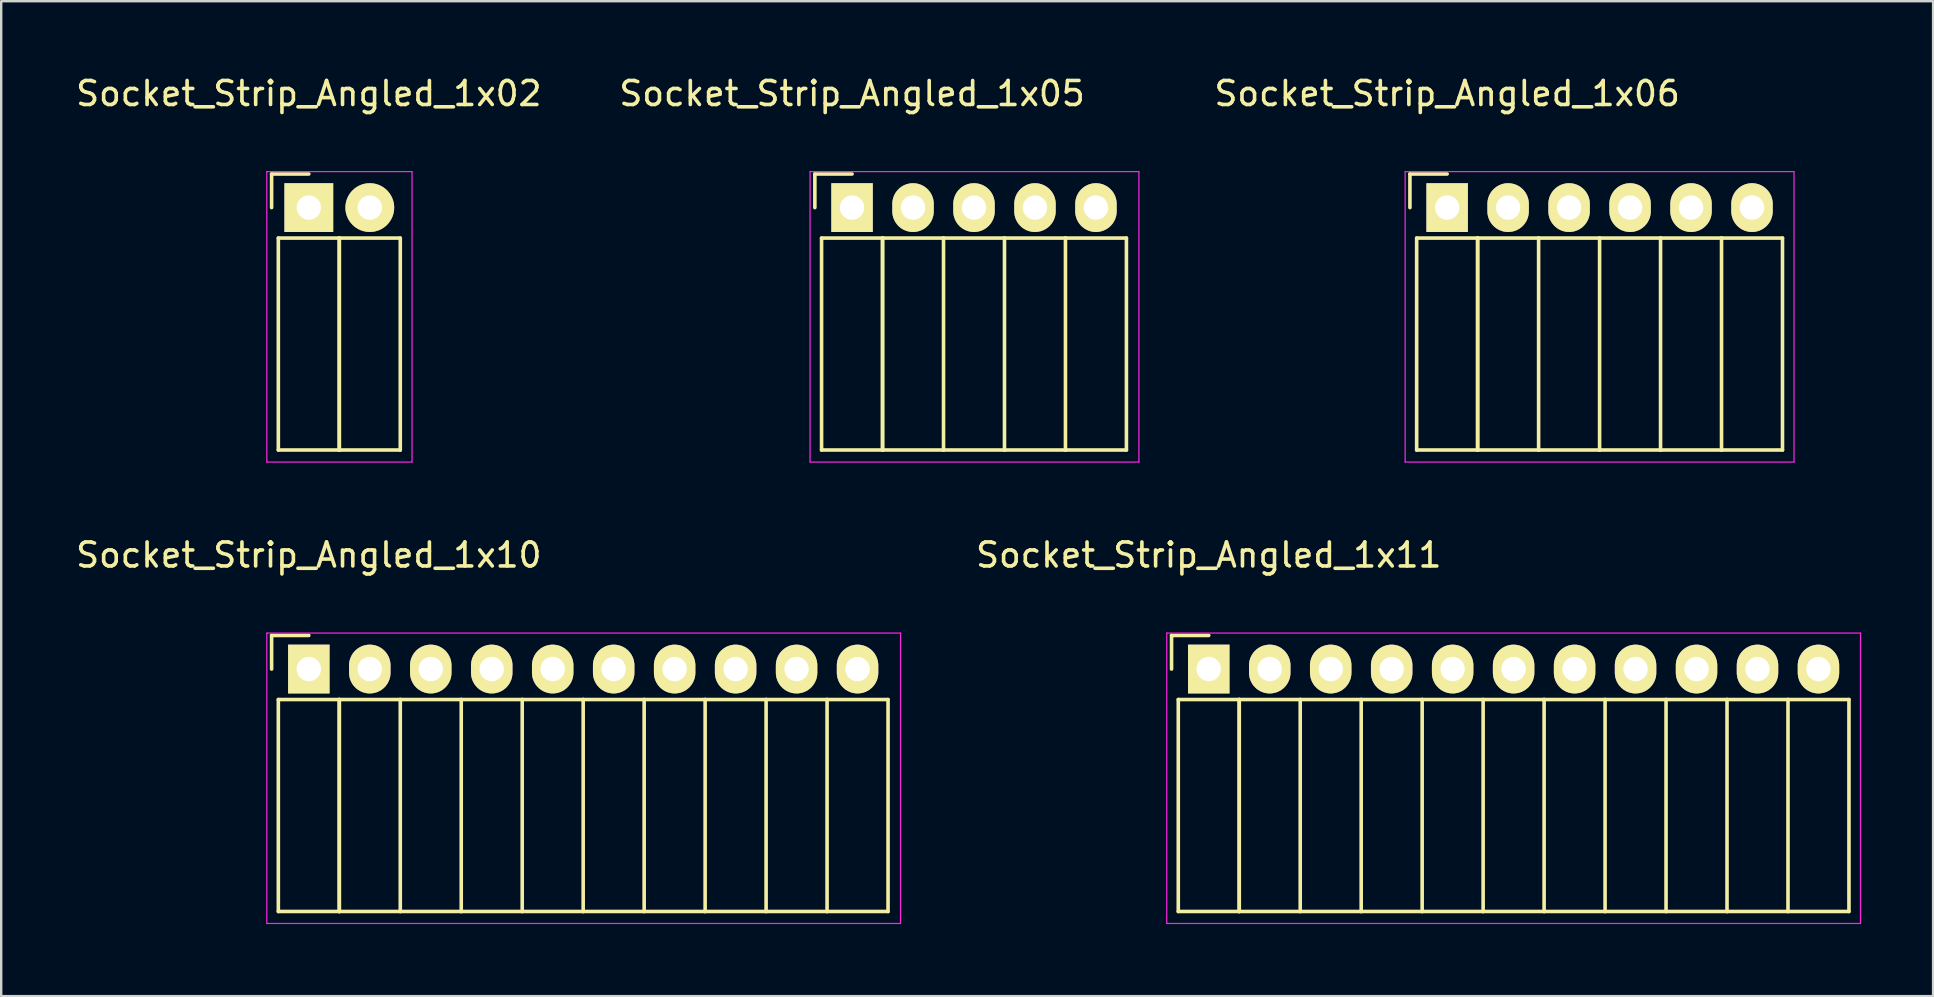
<source format=kicad_pcb>
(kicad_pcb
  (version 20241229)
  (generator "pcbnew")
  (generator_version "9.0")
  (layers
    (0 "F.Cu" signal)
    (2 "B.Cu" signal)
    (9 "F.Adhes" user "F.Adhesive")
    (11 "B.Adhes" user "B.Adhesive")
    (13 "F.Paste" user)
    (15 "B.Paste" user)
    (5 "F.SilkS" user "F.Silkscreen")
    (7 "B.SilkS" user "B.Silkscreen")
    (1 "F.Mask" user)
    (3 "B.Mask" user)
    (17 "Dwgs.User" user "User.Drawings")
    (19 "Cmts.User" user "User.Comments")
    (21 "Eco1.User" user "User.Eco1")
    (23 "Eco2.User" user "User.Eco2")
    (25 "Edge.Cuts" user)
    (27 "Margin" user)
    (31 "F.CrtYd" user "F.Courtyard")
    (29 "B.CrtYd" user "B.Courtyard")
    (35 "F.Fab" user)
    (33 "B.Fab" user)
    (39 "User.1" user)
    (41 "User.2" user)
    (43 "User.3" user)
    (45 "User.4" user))
  (footprint "Socket_Strip_Angled_1x11"
    (layer "F.Cu")
    (at 47.306 24.822)
    (property "Reference" "Socket_Strip_Angled_1x11" (at 0 -4.75 0) (layer "F.SilkS") (effects (font (size 1 1) (thickness 0.15))))
    (attr through_hole)
    (fp_line (start -1.55 -1.4) (end -1.55 0) (stroke (width 0.15) (type solid)) (layer "F.SilkS"))
    (fp_line (start -1.27 1.27) (end -1.27 10.1) (stroke (width 0.15) (type solid)) (layer "F.SilkS"))
    (fp_line (start -1.27 1.27) (end 1.27 1.27) (stroke (width 0.15) (type solid)) (layer "F.SilkS"))
    (fp_line (start -1.27 10.1) (end 1.27 10.1) (stroke (width 0.15) (type solid)) (layer "F.SilkS"))
    (fp_line (start 0 -1.4) (end -1.55 -1.4) (stroke (width 0.15) (type solid)) (layer "F.SilkS"))
    (fp_line (start 1.27 1.27) (end 1.27 10.1) (stroke (width 0.15) (type solid)) (layer "F.SilkS"))
    (fp_line (start 1.27 1.27) (end 3.81 1.27) (stroke (width 0.15) (type solid)) (layer "F.SilkS"))
    (fp_line (start 1.27 10.1) (end 1.27 1.27) (stroke (width 0.15) (type solid)) (layer "F.SilkS"))
    (fp_line (start 1.27 10.1) (end 3.81 10.1) (stroke (width 0.15) (type solid)) (layer "F.SilkS"))
    (fp_line (start 3.81 1.27) (end 6.35 1.27) (stroke (width 0.15) (type solid)) (layer "F.SilkS"))
    (fp_line (start 3.81 10.1) (end 3.81 1.27) (stroke (width 0.15) (type solid)) (layer "F.SilkS"))
    (fp_line (start 3.81 10.1) (end 6.35 10.1) (stroke (width 0.15) (type solid)) (layer "F.SilkS"))
    (fp_line (start 6.35 1.27) (end 8.89 1.27) (stroke (width 0.15) (type solid)) (layer "F.SilkS"))
    (fp_line (start 6.35 10.1) (end 6.35 1.27) (stroke (width 0.15) (type solid)) (layer "F.SilkS"))
    (fp_line (start 6.35 10.1) (end 8.89 10.1) (stroke (width 0.15) (type solid)) (layer "F.SilkS"))
    (fp_line (start 8.89 1.27) (end 11.43 1.27) (stroke (width 0.15) (type solid)) (layer "F.SilkS"))
    (fp_line (start 8.89 10.1) (end 8.89 1.27) (stroke (width 0.15) (type solid)) (layer "F.SilkS"))
    (fp_line (start 8.89 10.1) (end 11.43 10.1) (stroke (width 0.15) (type solid)) (layer "F.SilkS"))
    (fp_line (start 11.43 1.27) (end 13.97 1.27) (stroke (width 0.15) (type solid)) (layer "F.SilkS"))
    (fp_line (start 11.43 10.1) (end 11.43 1.27) (stroke (width 0.15) (type solid)) (layer "F.SilkS"))
    (fp_line (start 11.43 10.1) (end 13.97 10.1) (stroke (width 0.15) (type solid)) (layer "F.SilkS"))
    (fp_line (start 13.97 1.27) (end 16.51 1.27) (stroke (width 0.15) (type solid)) (layer "F.SilkS"))
    (fp_line (start 13.97 10.1) (end 13.97 1.27) (stroke (width 0.15) (type solid)) (layer "F.SilkS"))
    (fp_line (start 13.97 10.1) (end 16.51 10.1) (stroke (width 0.15) (type solid)) (layer "F.SilkS"))
    (fp_line (start 16.51 1.27) (end 19.05 1.27) (stroke (width 0.15) (type solid)) (layer "F.SilkS"))
    (fp_line (start 16.51 10.1) (end 16.51 1.27) (stroke (width 0.15) (type solid)) (layer "F.SilkS"))
    (fp_line (start 16.51 10.1) (end 19.05 10.1) (stroke (width 0.15) (type solid)) (layer "F.SilkS"))
    (fp_line (start 19.05 1.27) (end 21.59 1.27) (stroke (width 0.15) (type solid)) (layer "F.SilkS"))
    (fp_line (start 19.05 10.1) (end 19.05 1.27) (stroke (width 0.15) (type solid)) (layer "F.SilkS"))
    (fp_line (start 19.05 10.1) (end 21.59 10.1) (stroke (width 0.15) (type solid)) (layer "F.SilkS"))
    (fp_line (start 21.59 1.27) (end 24.13 1.27) (stroke (width 0.15) (type solid)) (layer "F.SilkS"))
    (fp_line (start 21.59 10.1) (end 21.59 1.27) (stroke (width 0.15) (type solid)) (layer "F.SilkS"))
    (fp_line (start 21.59 10.1) (end 24.13 10.1) (stroke (width 0.15) (type solid)) (layer "F.SilkS"))
    (fp_line (start 24.13 1.27) (end 26.67 1.27) (stroke (width 0.15) (type solid)) (layer "F.SilkS"))
    (fp_line (start 24.13 10.1) (end 24.13 1.27) (stroke (width 0.15) (type solid)) (layer "F.SilkS"))
    (fp_line (start 24.13 10.1) (end 26.67 10.1) (stroke (width 0.15) (type solid)) (layer "F.SilkS"))
    (fp_line (start 26.67 10.1) (end 26.67 1.27) (stroke (width 0.15) (type solid)) (layer "F.SilkS"))
    (fp_line (start -1.75 -1.5) (end -1.75 10.6) (stroke (width 0.05) (type solid)) (layer "F.CrtYd"))
    (fp_line (start -1.75 -1.5) (end 27.15 -1.5) (stroke (width 0.05) (type solid)) (layer "F.CrtYd"))
    (fp_line (start -1.75 10.6) (end 27.15 10.6) (stroke (width 0.05) (type solid)) (layer "F.CrtYd"))
    (fp_line (start 27.15 -1.5) (end 27.15 10.6) (stroke (width 0.05) (type solid)) (layer "F.CrtYd"))
    (pad "1" thru_hole rect (at 0 0) (size 1.727 2.032) (drill 1.016) (layers "*.Cu" "*.Mask" "F.SilkS"))
    (pad "2" thru_hole oval (at 2.54 0) (size 1.727 2.032) (drill 1.016) (layers "*.Cu" "*.Mask" "F.SilkS"))
    (pad "3" thru_hole oval (at 5.08 0) (size 1.727 2.032) (drill 1.016) (layers "*.Cu" "*.Mask" "F.SilkS"))
    (pad "4" thru_hole oval (at 7.62 0) (size 1.727 2.032) (drill 1.016) (layers "*.Cu" "*.Mask" "F.SilkS"))
    (pad "5" thru_hole oval (at 10.16 0) (size 1.727 2.032) (drill 1.016) (layers "*.Cu" "*.Mask" "F.SilkS"))
    (pad "6" thru_hole oval (at 12.7 0) (size 1.727 2.032) (drill 1.016) (layers "*.Cu" "*.Mask" "F.SilkS"))
    (pad "7" thru_hole oval (at 15.24 0) (size 1.727 2.032) (drill 1.016) (layers "*.Cu" "*.Mask" "F.SilkS"))
    (pad "8" thru_hole oval (at 17.78 0) (size 1.727 2.032) (drill 1.016) (layers "*.Cu" "*.Mask" "F.SilkS"))
    (pad "9" thru_hole oval (at 20.32 0) (size 1.727 2.032) (drill 1.016) (layers "*.Cu" "*.Mask" "F.SilkS"))
    (pad "10" thru_hole oval (at 22.86 0) (size 1.727 2.032) (drill 1.016) (layers "*.Cu" "*.Mask" "F.SilkS"))
    (pad "11" thru_hole oval (at 25.4 0) (size 1.727 2.032) (drill 1.016) (layers "*.Cu" "*.Mask" "F.SilkS")))
  (footprint "Socket_Strip_Angled_1x02"
    (layer "F.Cu")
    (at 9.815 5.598)
    (property "Reference" "Socket_Strip_Angled_1x02" (at 0 -4.75 0) (layer "F.SilkS") (effects (font (size 1 1) (thickness 0.15))))
    (attr through_hole)
    (fp_line (start -1.55 -1.4) (end -1.55 0) (stroke (width 0.15) (type solid)) (layer "F.SilkS"))
    (fp_line (start -1.27 1.27) (end -1.27 10.1) (stroke (width 0.15) (type solid)) (layer "F.SilkS"))
    (fp_line (start -1.27 1.27) (end 1.27 1.27) (stroke (width 0.15) (type solid)) (layer "F.SilkS"))
    (fp_line (start -1.27 10.1) (end 1.27 10.1) (stroke (width 0.15) (type solid)) (layer "F.SilkS"))
    (fp_line (start 0 -1.4) (end -1.55 -1.4) (stroke (width 0.15) (type solid)) (layer "F.SilkS"))
    (fp_line (start 1.27 1.27) (end 1.27 10.1) (stroke (width 0.15) (type solid)) (layer "F.SilkS"))
    (fp_line (start 1.27 1.27) (end 3.81 1.27) (stroke (width 0.15) (type solid)) (layer "F.SilkS"))
    (fp_line (start 1.27 10.1) (end 1.27 1.27) (stroke (width 0.15) (type solid)) (layer "F.SilkS"))
    (fp_line (start 1.27 10.1) (end 3.81 10.1) (stroke (width 0.15) (type solid)) (layer "F.SilkS"))
    (fp_line (start 3.81 10.1) (end 3.81 1.27) (stroke (width 0.15) (type solid)) (layer "F.SilkS"))
    (fp_line (start -1.75 -1.5) (end -1.75 10.6) (stroke (width 0.05) (type solid)) (layer "F.CrtYd"))
    (fp_line (start -1.75 -1.5) (end 4.3 -1.5) (stroke (width 0.05) (type solid)) (layer "F.CrtYd"))
    (fp_line (start -1.75 10.6) (end 4.3 10.6) (stroke (width 0.05) (type solid)) (layer "F.CrtYd"))
    (fp_line (start 4.3 -1.5) (end 4.3 10.6) (stroke (width 0.05) (type solid)) (layer "F.CrtYd"))
    (pad "1" thru_hole rect (at 0 0) (size 2.032 2.032) (drill 1.016) (layers "*.Cu" "*.Mask" "F.SilkS"))
    (pad "2" thru_hole oval (at 2.54 0) (size 2.032 2.032) (drill 1.016) (layers "*.Cu" "*.Mask" "F.SilkS")))
  (footprint "Socket_Strip_Angled_1x06"
    (layer "F.Cu")
    (at 57.237 5.598)
    (property "Reference" "Socket_Strip_Angled_1x06" (at 0 -4.75 0) (layer "F.SilkS") (effects (font (size 1 1) (thickness 0.15))))
    (attr through_hole)
    (fp_line (start -1.55 -1.4) (end -1.55 0) (stroke (width 0.15) (type solid)) (layer "F.SilkS"))
    (fp_line (start -1.27 1.27) (end -1.27 10.1) (stroke (width 0.15) (type solid)) (layer "F.SilkS"))
    (fp_line (start -1.27 1.27) (end 1.27 1.27) (stroke (width 0.15) (type solid)) (layer "F.SilkS"))
    (fp_line (start -1.27 10.1) (end 1.27 10.1) (stroke (width 0.15) (type solid)) (layer "F.SilkS"))
    (fp_line (start 0 -1.4) (end -1.55 -1.4) (stroke (width 0.15) (type solid)) (layer "F.SilkS"))
    (fp_line (start 1.27 1.27) (end 1.27 10.1) (stroke (width 0.15) (type solid)) (layer "F.SilkS"))
    (fp_line (start 1.27 1.27) (end 3.81 1.27) (stroke (width 0.15) (type solid)) (layer "F.SilkS"))
    (fp_line (start 1.27 10.1) (end 1.27 1.27) (stroke (width 0.15) (type solid)) (layer "F.SilkS"))
    (fp_line (start 1.27 10.1) (end 3.81 10.1) (stroke (width 0.15) (type solid)) (layer "F.SilkS"))
    (fp_line (start 3.81 1.27) (end 6.35 1.27) (stroke (width 0.15) (type solid)) (layer "F.SilkS"))
    (fp_line (start 3.81 10.1) (end 3.81 1.27) (stroke (width 0.15) (type solid)) (layer "F.SilkS"))
    (fp_line (start 3.81 10.1) (end 6.35 10.1) (stroke (width 0.15) (type solid)) (layer "F.SilkS"))
    (fp_line (start 6.35 1.27) (end 8.89 1.27) (stroke (width 0.15) (type solid)) (layer "F.SilkS"))
    (fp_line (start 6.35 10.1) (end 6.35 1.27) (stroke (width 0.15) (type solid)) (layer "F.SilkS"))
    (fp_line (start 6.35 10.1) (end 8.89 10.1) (stroke (width 0.15) (type solid)) (layer "F.SilkS"))
    (fp_line (start 8.89 1.27) (end 11.43 1.27) (stroke (width 0.15) (type solid)) (layer "F.SilkS"))
    (fp_line (start 8.89 10.1) (end 8.89 1.27) (stroke (width 0.15) (type solid)) (layer "F.SilkS"))
    (fp_line (start 8.89 10.1) (end 11.43 10.1) (stroke (width 0.15) (type solid)) (layer "F.SilkS"))
    (fp_line (start 11.43 1.27) (end 13.97 1.27) (stroke (width 0.15) (type solid)) (layer "F.SilkS"))
    (fp_line (start 11.43 10.1) (end 11.43 1.27) (stroke (width 0.15) (type solid)) (layer "F.SilkS"))
    (fp_line (start 11.43 10.1) (end 13.97 10.1) (stroke (width 0.15) (type solid)) (layer "F.SilkS"))
    (fp_line (start 13.97 10.1) (end 13.97 1.27) (stroke (width 0.15) (type solid)) (layer "F.SilkS"))
    (fp_line (start -1.75 -1.5) (end -1.75 10.6) (stroke (width 0.05) (type solid)) (layer "F.CrtYd"))
    (fp_line (start -1.75 -1.5) (end 14.45 -1.5) (stroke (width 0.05) (type solid)) (layer "F.CrtYd"))
    (fp_line (start -1.75 10.6) (end 14.45 10.6) (stroke (width 0.05) (type solid)) (layer "F.CrtYd"))
    (fp_line (start 14.45 -1.5) (end 14.45 10.6) (stroke (width 0.05) (type solid)) (layer "F.CrtYd"))
    (pad "1" thru_hole rect (at 0 0) (size 1.727 2.032) (drill 1.016) (layers "*.Cu" "*.Mask" "F.SilkS"))
    (pad "2" thru_hole oval (at 2.54 0) (size 1.727 2.032) (drill 1.016) (layers "*.Cu" "*.Mask" "F.SilkS"))
    (pad "3" thru_hole oval (at 5.08 0) (size 1.727 2.032) (drill 1.016) (layers "*.Cu" "*.Mask" "F.SilkS"))
    (pad "4" thru_hole oval (at 7.62 0) (size 1.727 2.032) (drill 1.016) (layers "*.Cu" "*.Mask" "F.SilkS"))
    (pad "5" thru_hole oval (at 10.16 0) (size 1.727 2.032) (drill 1.016) (layers "*.Cu" "*.Mask" "F.SilkS"))
    (pad "6" thru_hole oval (at 12.7 0) (size 1.727 2.032) (drill 1.016) (layers "*.Cu" "*.Mask" "F.SilkS")))
  (footprint "Socket_Strip_Angled_1x10"
    (layer "F.Cu")
    (at 9.815 24.822)
    (property "Reference" "Socket_Strip_Angled_1x10" (at 0 -4.75 0) (layer "F.SilkS") (effects (font (size 1 1) (thickness 0.15))))
    (attr through_hole)
    (fp_line (start -1.55 -1.4) (end -1.55 0) (stroke (width 0.15) (type solid)) (layer "F.SilkS"))
    (fp_line (start -1.27 1.27) (end -1.27 10.1) (stroke (width 0.15) (type solid)) (layer "F.SilkS"))
    (fp_line (start -1.27 1.27) (end 1.27 1.27) (stroke (width 0.15) (type solid)) (layer "F.SilkS"))
    (fp_line (start -1.27 10.1) (end 1.27 10.1) (stroke (width 0.15) (type solid)) (layer "F.SilkS"))
    (fp_line (start 0 -1.4) (end -1.55 -1.4) (stroke (width 0.15) (type solid)) (layer "F.SilkS"))
    (fp_line (start 1.27 1.27) (end 1.27 10.1) (stroke (width 0.15) (type solid)) (layer "F.SilkS"))
    (fp_line (start 1.27 1.27) (end 3.81 1.27) (stroke (width 0.15) (type solid)) (layer "F.SilkS"))
    (fp_line (start 1.27 10.1) (end 1.27 1.27) (stroke (width 0.15) (type solid)) (layer "F.SilkS"))
    (fp_line (start 1.27 10.1) (end 3.81 10.1) (stroke (width 0.15) (type solid)) (layer "F.SilkS"))
    (fp_line (start 3.81 1.27) (end 6.35 1.27) (stroke (width 0.15) (type solid)) (layer "F.SilkS"))
    (fp_line (start 3.81 10.1) (end 3.81 1.27) (stroke (width 0.15) (type solid)) (layer "F.SilkS"))
    (fp_line (start 3.81 10.1) (end 6.35 10.1) (stroke (width 0.15) (type solid)) (layer "F.SilkS"))
    (fp_line (start 6.35 1.27) (end 8.89 1.27) (stroke (width 0.15) (type solid)) (layer "F.SilkS"))
    (fp_line (start 6.35 10.1) (end 6.35 1.27) (stroke (width 0.15) (type solid)) (layer "F.SilkS"))
    (fp_line (start 6.35 10.1) (end 8.89 10.1) (stroke (width 0.15) (type solid)) (layer "F.SilkS"))
    (fp_line (start 8.89 1.27) (end 11.43 1.27) (stroke (width 0.15) (type solid)) (layer "F.SilkS"))
    (fp_line (start 8.89 10.1) (end 8.89 1.27) (stroke (width 0.15) (type solid)) (layer "F.SilkS"))
    (fp_line (start 8.89 10.1) (end 11.43 10.1) (stroke (width 0.15) (type solid)) (layer "F.SilkS"))
    (fp_line (start 11.43 1.27) (end 13.97 1.27) (stroke (width 0.15) (type solid)) (layer "F.SilkS"))
    (fp_line (start 11.43 10.1) (end 11.43 1.27) (stroke (width 0.15) (type solid)) (layer "F.SilkS"))
    (fp_line (start 11.43 10.1) (end 13.97 10.1) (stroke (width 0.15) (type solid)) (layer "F.SilkS"))
    (fp_line (start 13.97 1.27) (end 16.51 1.27) (stroke (width 0.15) (type solid)) (layer "F.SilkS"))
    (fp_line (start 13.97 10.1) (end 13.97 1.27) (stroke (width 0.15) (type solid)) (layer "F.SilkS"))
    (fp_line (start 13.97 10.1) (end 16.51 10.1) (stroke (width 0.15) (type solid)) (layer "F.SilkS"))
    (fp_line (start 16.51 1.27) (end 19.05 1.27) (stroke (width 0.15) (type solid)) (layer "F.SilkS"))
    (fp_line (start 16.51 10.1) (end 16.51 1.27) (stroke (width 0.15) (type solid)) (layer "F.SilkS"))
    (fp_line (start 16.51 10.1) (end 19.05 10.1) (stroke (width 0.15) (type solid)) (layer "F.SilkS"))
    (fp_line (start 19.05 1.27) (end 21.59 1.27) (stroke (width 0.15) (type solid)) (layer "F.SilkS"))
    (fp_line (start 19.05 10.1) (end 19.05 1.27) (stroke (width 0.15) (type solid)) (layer "F.SilkS"))
    (fp_line (start 19.05 10.1) (end 21.59 10.1) (stroke (width 0.15) (type solid)) (layer "F.SilkS"))
    (fp_line (start 21.59 1.27) (end 24.13 1.27) (stroke (width 0.15) (type solid)) (layer "F.SilkS"))
    (fp_line (start 21.59 10.1) (end 21.59 1.27) (stroke (width 0.15) (type solid)) (layer "F.SilkS"))
    (fp_line (start 21.59 10.1) (end 24.13 10.1) (stroke (width 0.15) (type solid)) (layer "F.SilkS"))
    (fp_line (start 24.13 10.1) (end 24.13 1.27) (stroke (width 0.15) (type solid)) (layer "F.SilkS"))
    (fp_line (start -1.75 -1.5) (end -1.75 10.6) (stroke (width 0.05) (type solid)) (layer "F.CrtYd"))
    (fp_line (start -1.75 -1.5) (end 24.65 -1.5) (stroke (width 0.05) (type solid)) (layer "F.CrtYd"))
    (fp_line (start -1.75 10.6) (end 24.65 10.6) (stroke (width 0.05) (type solid)) (layer "F.CrtYd"))
    (fp_line (start 24.65 -1.5) (end 24.65 10.6) (stroke (width 0.05) (type solid)) (layer "F.CrtYd"))
    (pad "1" thru_hole rect (at 0 0) (size 1.727 2.032) (drill 1.016) (layers "*.Cu" "*.Mask" "F.SilkS"))
    (pad "2" thru_hole oval (at 2.54 0) (size 1.727 2.032) (drill 1.016) (layers "*.Cu" "*.Mask" "F.SilkS"))
    (pad "3" thru_hole oval (at 5.08 0) (size 1.727 2.032) (drill 1.016) (layers "*.Cu" "*.Mask" "F.SilkS"))
    (pad "4" thru_hole oval (at 7.62 0) (size 1.727 2.032) (drill 1.016) (layers "*.Cu" "*.Mask" "F.SilkS"))
    (pad "5" thru_hole oval (at 10.16 0) (size 1.727 2.032) (drill 1.016) (layers "*.Cu" "*.Mask" "F.SilkS"))
    (pad "6" thru_hole oval (at 12.7 0) (size 1.727 2.032) (drill 1.016) (layers "*.Cu" "*.Mask" "F.SilkS"))
    (pad "7" thru_hole oval (at 15.24 0) (size 1.727 2.032) (drill 1.016) (layers "*.Cu" "*.Mask" "F.SilkS"))
    (pad "8" thru_hole oval (at 17.78 0) (size 1.727 2.032) (drill 1.016) (layers "*.Cu" "*.Mask" "F.SilkS"))
    (pad "9" thru_hole oval (at 20.32 0) (size 1.727 2.032) (drill 1.016) (layers "*.Cu" "*.Mask" "F.SilkS"))
    (pad "10" thru_hole oval (at 22.86 0) (size 1.727 2.032) (drill 1.016) (layers "*.Cu" "*.Mask" "F.SilkS")))
  (footprint "Socket_Strip_Angled_1x05"
    (layer "F.Cu")
    (at 32.446 5.598)
    (property "Reference" "Socket_Strip_Angled_1x05" (at 0 -4.75 0) (layer "F.SilkS") (effects (font (size 1 1) (thickness 0.15))))
    (attr through_hole)
    (fp_line (start -1.55 -1.4) (end -1.55 0) (stroke (width 0.15) (type solid)) (layer "F.SilkS"))
    (fp_line (start -1.27 1.27) (end -1.27 10.1) (stroke (width 0.15) (type solid)) (layer "F.SilkS"))
    (fp_line (start -1.27 1.27) (end 1.27 1.27) (stroke (width 0.15) (type solid)) (layer "F.SilkS"))
    (fp_line (start -1.27 10.1) (end 1.27 10.1) (stroke (width 0.15) (type solid)) (layer "F.SilkS"))
    (fp_line (start 0 -1.4) (end -1.55 -1.4) (stroke (width 0.15) (type solid)) (layer "F.SilkS"))
    (fp_line (start 1.27 1.27) (end 1.27 10.1) (stroke (width 0.15) (type solid)) (layer "F.SilkS"))
    (fp_line (start 1.27 1.27) (end 3.81 1.27) (stroke (width 0.15) (type solid)) (layer "F.SilkS"))
    (fp_line (start 1.27 10.1) (end 1.27 1.27) (stroke (width 0.15) (type solid)) (layer "F.SilkS"))
    (fp_line (start 1.27 10.1) (end 3.81 10.1) (stroke (width 0.15) (type solid)) (layer "F.SilkS"))
    (fp_line (start 3.81 1.27) (end 6.35 1.27) (stroke (width 0.15) (type solid)) (layer "F.SilkS"))
    (fp_line (start 3.81 10.1) (end 3.81 1.27) (stroke (width 0.15) (type solid)) (layer "F.SilkS"))
    (fp_line (start 3.81 10.1) (end 6.35 10.1) (stroke (width 0.15) (type solid)) (layer "F.SilkS"))
    (fp_line (start 6.35 1.27) (end 8.89 1.27) (stroke (width 0.15) (type solid)) (layer "F.SilkS"))
    (fp_line (start 6.35 10.1) (end 6.35 1.27) (stroke (width 0.15) (type solid)) (layer "F.SilkS"))
    (fp_line (start 6.35 10.1) (end 8.89 10.1) (stroke (width 0.15) (type solid)) (layer "F.SilkS"))
    (fp_line (start 8.89 1.27) (end 11.43 1.27) (stroke (width 0.15) (type solid)) (layer "F.SilkS"))
    (fp_line (start 8.89 10.1) (end 8.89 1.27) (stroke (width 0.15) (type solid)) (layer "F.SilkS"))
    (fp_line (start 8.89 10.1) (end 11.43 10.1) (stroke (width 0.15) (type solid)) (layer "F.SilkS"))
    (fp_line (start 11.43 10.1) (end 11.43 1.27) (stroke (width 0.15) (type solid)) (layer "F.SilkS"))
    (fp_line (start -1.75 -1.5) (end -1.75 10.6) (stroke (width 0.05) (type solid)) (layer "F.CrtYd"))
    (fp_line (start -1.75 -1.5) (end 11.95 -1.5) (stroke (width 0.05) (type solid)) (layer "F.CrtYd"))
    (fp_line (start -1.75 10.6) (end 11.95 10.6) (stroke (width 0.05) (type solid)) (layer "F.CrtYd"))
    (fp_line (start 11.95 -1.5) (end 11.95 10.6) (stroke (width 0.05) (type solid)) (layer "F.CrtYd"))
    (pad "1" thru_hole rect (at 0 0) (size 1.727 2.032) (drill 1.016) (layers "*.Cu" "*.Mask" "F.SilkS"))
    (pad "2" thru_hole oval (at 2.54 0) (size 1.727 2.032) (drill 1.016) (layers "*.Cu" "*.Mask" "F.SilkS"))
    (pad "3" thru_hole oval (at 5.08 0) (size 1.727 2.032) (drill 1.016) (layers "*.Cu" "*.Mask" "F.SilkS"))
    (pad "4" thru_hole oval (at 7.62 0) (size 1.727 2.032) (drill 1.016) (layers "*.Cu" "*.Mask" "F.SilkS"))
    (pad "5" thru_hole oval (at 10.16 0) (size 1.727 2.032) (drill 1.016) (layers "*.Cu" "*.Mask" "F.SilkS")))
  (gr_rect
    (start -3 -3)
    (end 77.481 38.447)
    (stroke (width 0.1) (type default))
    (fill no)
    (layer "Edge.Cuts")))
</source>
